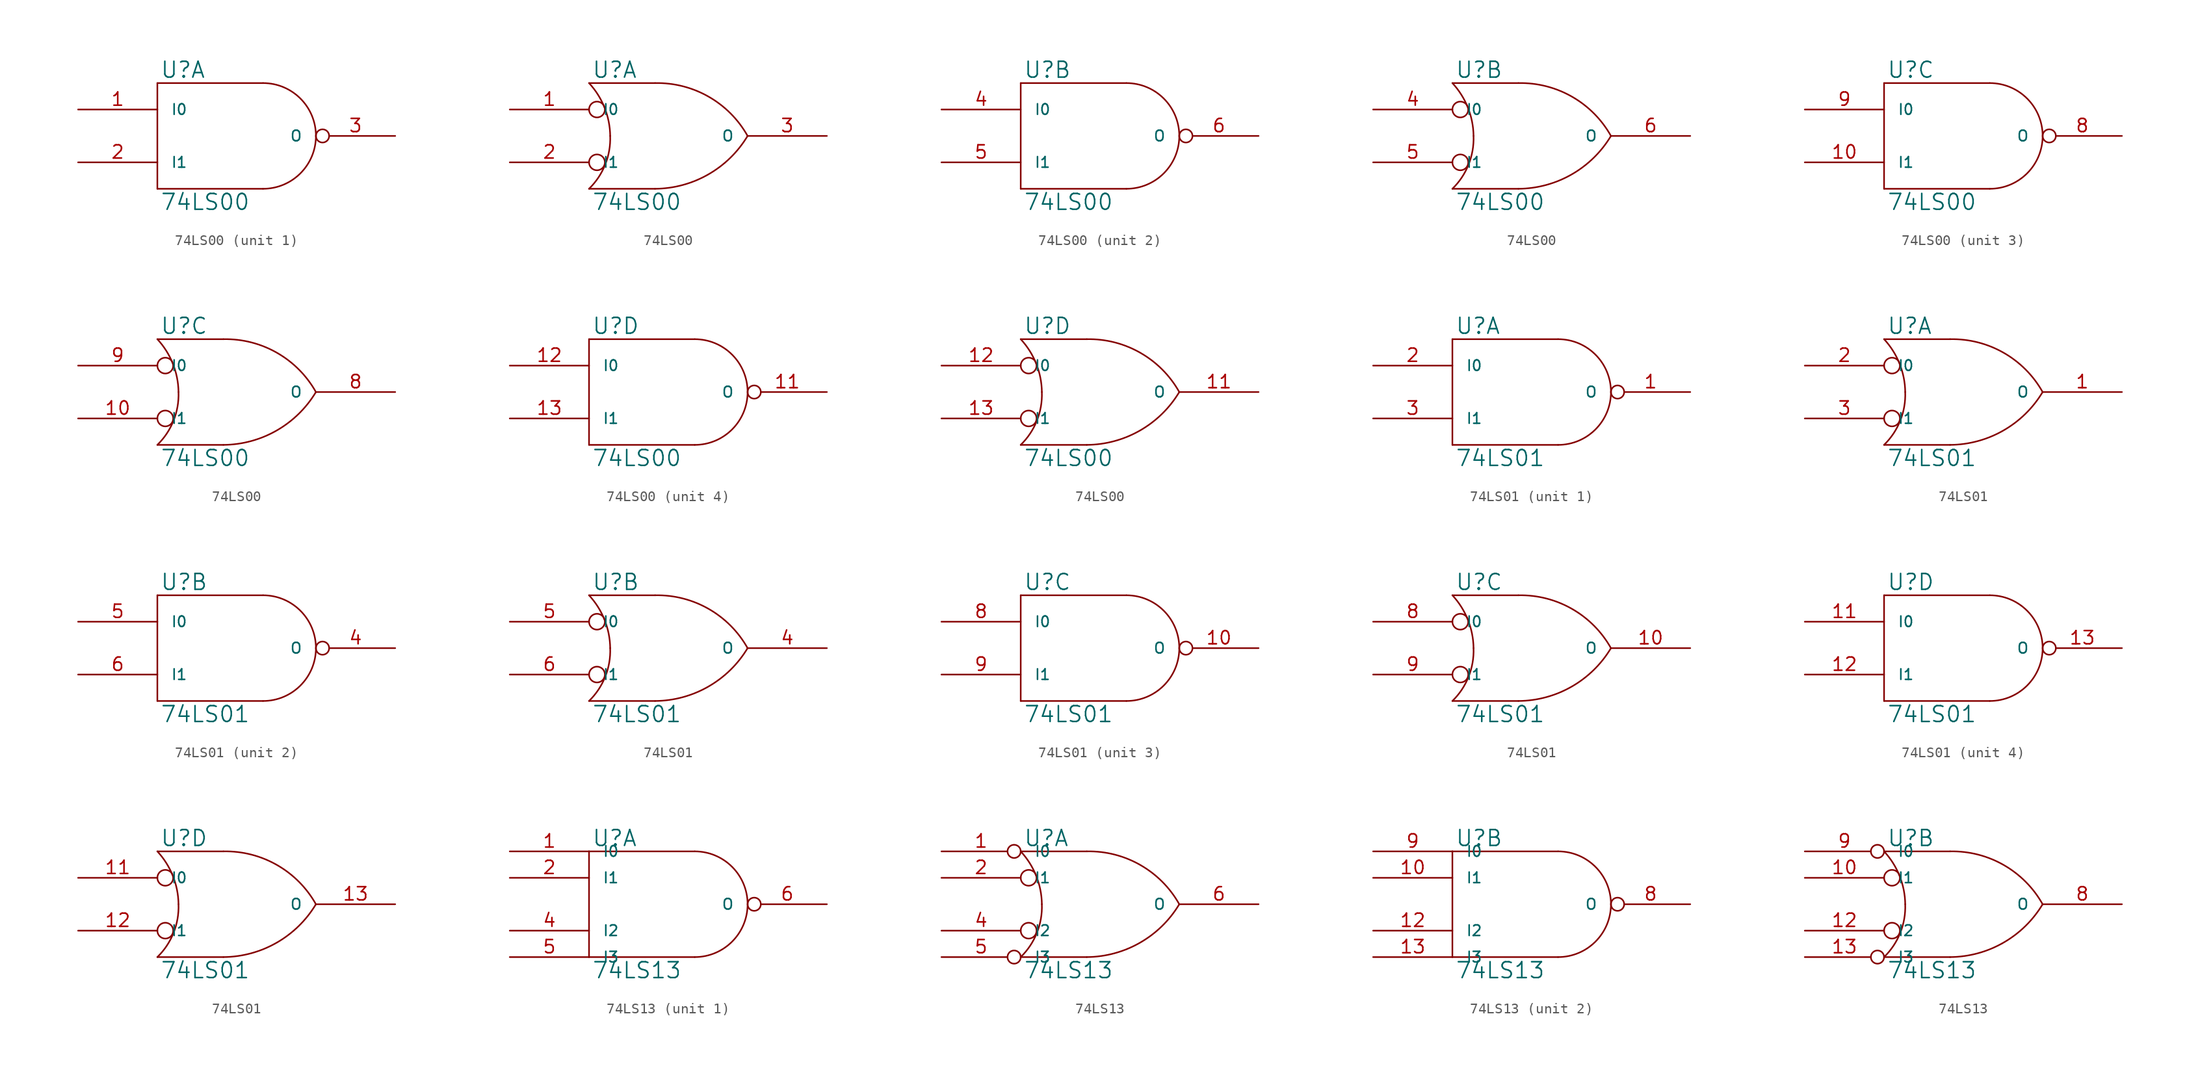
<source format=kicad_sym>
(kicad_symbol_lib
  (version 20231120)
  (generator "kicad_symbol_editor")
  (generator_version "8.0")
  (symbol "74LS00"
    (pin_names
      (offset 1.27))
    (property "Reference" "U"
      (at 0.254 0.381 0)
      (effects (font (size 1.524 1.524)) (justify left bottom)))
    (property "Value" "74LS00"
      (at 0.254 -10.541 0)
      (effects (font (size 1.524 1.524)) (justify left top)))
    (symbol "74LS00_0_1"
      (polyline (pts (xy 0 -10.16) (xy 10.16 -10.16)) (stroke (width 0) (type solid)) (fill (type none)))
      (polyline (pts (xy 0 0) (xy 0 -10.16)) (stroke (width 0) (type solid)) (fill (type none)))
      (polyline (pts (xy 10.16 0) (xy 0 0)) (stroke (width 0) (type solid)) (fill (type none)))
      (arc (start 10.16 -10.16) (mid 13.7521 -8.6721) (end 15.24 -5.08) (stroke (width 0) (type solid)) (fill (type none)))
      (arc (start 15.24 -5.08) (mid 13.7521 -1.4879) (end 10.16 0) (stroke (width 0) (type solid)) (fill (type none))))
    (symbol "74LS00_0_2"
      (arc (start 0 -10.16) (mid 1.5573 -7.8293) (end 2.032 -5.08) (stroke (width 0) (type solid)) (fill (type none)))
      (polyline (pts (xy 6.35 -10.16) (xy 0 -10.16)) (stroke (width 0) (type solid)) (fill (type none)))
      (polyline (pts (xy 6.35 0) (xy 0 0)) (stroke (width 0) (type solid)) (fill (type none)))
      (circle (center 0.762 -7.62) (radius 0.762) (stroke (width 0) (type solid)) (fill (type none)))
      (circle (center 0.762 -2.54) (radius 0.762) (stroke (width 0) (type solid)) (fill (type none)))
      (arc (start 2.032 -5.08) (mid 1.4906 -2.3584) (end 0 0) (stroke (width 0) (type solid)) (fill (type none)))
      (arc (start 6.35 -10.16) (mid 11.4496 -8.7875) (end 15.24 -5.08) (stroke (width 0) (type solid)) (fill (type none)))
      (arc (start 15.24 -5.08) (mid 11.4893 -1.3041) (end 6.35 0) (stroke (width 0) (type solid)) (fill (type none))))
    (symbol "74LS00_1_1"
      (pin input line (at -7.62 -2.54 0) (length 7.62) (name "I0" (effects (font (size 1.016 1.016)))) (number "1" (effects (font (size 1.27 1.27)))))
      (pin power_in line (at 0 0 270) (length 0) hide (name "VCC" (effects (font (size 1.016 1.016)))) (number "14" (effects (font (size 1.27 1.27)))))
      (pin input line (at -7.62 -7.62 0) (length 7.62) (name "I1" (effects (font (size 1.016 1.016)))) (number "2" (effects (font (size 1.27 1.27)))))
      (pin output inverted (at 22.86 -5.08 180) (length 7.62) (name "O" (effects (font (size 1.016 1.016)))) (number "3" (effects (font (size 1.27 1.27)))))
      (pin power_in line (at 0 -10.16 90) (length 0) hide (name "GND" (effects (font (size 1.016 1.016)))) (number "7" (effects (font (size 1.27 1.27))))))
    (symbol "74LS00_1_2"
      (pin input line (at -7.62 -2.54 0) (length 7.62) (name "I0" (effects (font (size 1.016 1.016)))) (number "1" (effects (font (size 1.27 1.27)))))
      (pin power_in line (at 0 0 270) (length 0) hide (name "VCC" (effects (font (size 1.016 1.016)))) (number "14" (effects (font (size 1.27 1.27)))))
      (pin input line (at -7.62 -7.62 0) (length 7.62) (name "I1" (effects (font (size 1.016 1.016)))) (number "2" (effects (font (size 1.27 1.27)))))
      (pin output line (at 22.86 -5.08 180) (length 7.62) (name "O" (effects (font (size 1.016 1.016)))) (number "3" (effects (font (size 1.27 1.27)))))
      (pin power_in line (at 0 -10.16 90) (length 0) hide (name "GND" (effects (font (size 1.016 1.016)))) (number "7" (effects (font (size 1.27 1.27))))))
    (symbol "74LS00_2_1"
      (pin power_in line (at 0 0 270) (length 0) hide (name "VCC" (effects (font (size 1.016 1.016)))) (number "14" (effects (font (size 1.27 1.27)))))
      (pin input line (at -7.62 -2.54 0) (length 7.62) (name "I0" (effects (font (size 1.016 1.016)))) (number "4" (effects (font (size 1.27 1.27)))))
      (pin input line (at -7.62 -7.62 0) (length 7.62) (name "I1" (effects (font (size 1.016 1.016)))) (number "5" (effects (font (size 1.27 1.27)))))
      (pin output inverted (at 22.86 -5.08 180) (length 7.62) (name "O" (effects (font (size 1.016 1.016)))) (number "6" (effects (font (size 1.27 1.27)))))
      (pin power_in line (at 0 -10.16 90) (length 0) hide (name "GND" (effects (font (size 1.016 1.016)))) (number "7" (effects (font (size 1.27 1.27))))))
    (symbol "74LS00_2_2"
      (pin power_in line (at 0 0 270) (length 0) hide (name "VCC" (effects (font (size 1.016 1.016)))) (number "14" (effects (font (size 1.27 1.27)))))
      (pin input line (at -7.62 -2.54 0) (length 7.62) (name "I0" (effects (font (size 1.016 1.016)))) (number "4" (effects (font (size 1.27 1.27)))))
      (pin input line (at -7.62 -7.62 0) (length 7.62) (name "I1" (effects (font (size 1.016 1.016)))) (number "5" (effects (font (size 1.27 1.27)))))
      (pin output line (at 22.86 -5.08 180) (length 7.62) (name "O" (effects (font (size 1.016 1.016)))) (number "6" (effects (font (size 1.27 1.27)))))
      (pin power_in line (at 0 -10.16 90) (length 0) hide (name "GND" (effects (font (size 1.016 1.016)))) (number "7" (effects (font (size 1.27 1.27))))))
    (symbol "74LS00_3_1"
      (pin input line (at -7.62 -7.62 0) (length 7.62) (name "I1" (effects (font (size 1.016 1.016)))) (number "10" (effects (font (size 1.27 1.27)))))
      (pin power_in line (at 0 0 270) (length 0) hide (name "VCC" (effects (font (size 1.016 1.016)))) (number "14" (effects (font (size 1.27 1.27)))))
      (pin power_in line (at 0 -10.16 90) (length 0) hide (name "GND" (effects (font (size 1.016 1.016)))) (number "7" (effects (font (size 1.27 1.27)))))
      (pin output inverted (at 22.86 -5.08 180) (length 7.62) (name "O" (effects (font (size 1.016 1.016)))) (number "8" (effects (font (size 1.27 1.27)))))
      (pin input line (at -7.62 -2.54 0) (length 7.62) (name "I0" (effects (font (size 1.016 1.016)))) (number "9" (effects (font (size 1.27 1.27))))))
    (symbol "74LS00_3_2"
      (pin input line (at -7.62 -7.62 0) (length 7.62) (name "I1" (effects (font (size 1.016 1.016)))) (number "10" (effects (font (size 1.27 1.27)))))
      (pin power_in line (at 0 0 270) (length 0) hide (name "VCC" (effects (font (size 1.016 1.016)))) (number "14" (effects (font (size 1.27 1.27)))))
      (pin power_in line (at 0 -10.16 90) (length 0) hide (name "GND" (effects (font (size 1.016 1.016)))) (number "7" (effects (font (size 1.27 1.27)))))
      (pin output line (at 22.86 -5.08 180) (length 7.62) (name "O" (effects (font (size 1.016 1.016)))) (number "8" (effects (font (size 1.27 1.27)))))
      (pin input line (at -7.62 -2.54 0) (length 7.62) (name "I0" (effects (font (size 1.016 1.016)))) (number "9" (effects (font (size 1.27 1.27))))))
    (symbol "74LS00_4_1"
      (pin output inverted (at 22.86 -5.08 180) (length 7.62) (name "O" (effects (font (size 1.016 1.016)))) (number "11" (effects (font (size 1.27 1.27)))))
      (pin input line (at -7.62 -2.54 0) (length 7.62) (name "I0" (effects (font (size 1.016 1.016)))) (number "12" (effects (font (size 1.27 1.27)))))
      (pin input line (at -7.62 -7.62 0) (length 7.62) (name "I1" (effects (font (size 1.016 1.016)))) (number "13" (effects (font (size 1.27 1.27)))))
      (pin power_in line (at 0 0 270) (length 0) hide (name "VCC" (effects (font (size 1.016 1.016)))) (number "14" (effects (font (size 1.27 1.27)))))
      (pin power_in line (at 0 -10.16 90) (length 0) hide (name "GND" (effects (font (size 1.016 1.016)))) (number "7" (effects (font (size 1.27 1.27))))))
    (symbol "74LS00_4_2"
      (pin output line (at 22.86 -5.08 180) (length 7.62) (name "O" (effects (font (size 1.016 1.016)))) (number "11" (effects (font (size 1.27 1.27)))))
      (pin input line (at -7.62 -2.54 0) (length 7.62) (name "I0" (effects (font (size 1.016 1.016)))) (number "12" (effects (font (size 1.27 1.27)))))
      (pin input line (at -7.62 -7.62 0) (length 7.62) (name "I1" (effects (font (size 1.016 1.016)))) (number "13" (effects (font (size 1.27 1.27)))))
      (pin power_in line (at 0 0 270) (length 0) hide (name "VCC" (effects (font (size 1.016 1.016)))) (number "14" (effects (font (size 1.27 1.27)))))
      (pin power_in line (at 0 -10.16 90) (length 0) hide (name "GND" (effects (font (size 1.016 1.016)))) (number "7" (effects (font (size 1.27 1.27)))))))
  (symbol "74LS01"
    (pin_names
      (offset 1.27))
    (property "Reference" "U"
      (at 0.254 0.381 0)
      (effects (font (size 1.524 1.524)) (justify left bottom)))
    (property "Value" "74LS01"
      (at 0.254 -10.541 0)
      (effects (font (size 1.524 1.524)) (justify left top)))
    (symbol "74LS01_0_1"
      (polyline (pts (xy 0 -10.16) (xy 10.16 -10.16)) (stroke (width 0) (type solid)) (fill (type none)))
      (polyline (pts (xy 0 0) (xy 0 -10.16)) (stroke (width 0) (type solid)) (fill (type none)))
      (polyline (pts (xy 10.16 0) (xy 0 0)) (stroke (width 0) (type solid)) (fill (type none)))
      (arc (start 10.16 -10.16) (mid 13.7521 -8.6721) (end 15.24 -5.08) (stroke (width 0) (type solid)) (fill (type none)))
      (arc (start 15.24 -5.08) (mid 13.7521 -1.4879) (end 10.16 0) (stroke (width 0) (type solid)) (fill (type none))))
    (symbol "74LS01_0_2"
      (arc (start 0 -10.16) (mid 1.5573 -7.8293) (end 2.032 -5.08) (stroke (width 0) (type solid)) (fill (type none)))
      (polyline (pts (xy 6.35 -10.16) (xy 0 -10.16)) (stroke (width 0) (type solid)) (fill (type none)))
      (polyline (pts (xy 6.35 0) (xy 0 0)) (stroke (width 0) (type solid)) (fill (type none)))
      (circle (center 0.762 -7.62) (radius 0.762) (stroke (width 0) (type solid)) (fill (type none)))
      (circle (center 0.762 -2.54) (radius 0.762) (stroke (width 0) (type solid)) (fill (type none)))
      (arc (start 2.032 -5.08) (mid 1.4906 -2.3584) (end 0 0) (stroke (width 0) (type solid)) (fill (type none)))
      (arc (start 6.35 -10.16) (mid 11.4496 -8.7875) (end 15.24 -5.08) (stroke (width 0) (type solid)) (fill (type none)))
      (arc (start 15.24 -5.08) (mid 11.4893 -1.3041) (end 6.35 0) (stroke (width 0) (type solid)) (fill (type none))))
    (symbol "74LS01_1_1"
      (pin open_collector inverted (at 22.86 -5.08 180) (length 7.62) (name "O" (effects (font (size 1.016 1.016)))) (number "1" (effects (font (size 1.27 1.27)))))
      (pin power_in line (at 0 0 270) (length 0) hide (name "VCC" (effects (font (size 1.016 1.016)))) (number "14" (effects (font (size 1.27 1.27)))))
      (pin input line (at -7.62 -2.54 0) (length 7.62) (name "I0" (effects (font (size 1.016 1.016)))) (number "2" (effects (font (size 1.27 1.27)))))
      (pin input line (at -7.62 -7.62 0) (length 7.62) (name "I1" (effects (font (size 1.016 1.016)))) (number "3" (effects (font (size 1.27 1.27)))))
      (pin power_in line (at 0 -10.16 90) (length 0) hide (name "GND" (effects (font (size 1.016 1.016)))) (number "7" (effects (font (size 1.27 1.27))))))
    (symbol "74LS01_1_2"
      (pin open_collector line (at 22.86 -5.08 180) (length 7.62) (name "O" (effects (font (size 1.016 1.016)))) (number "1" (effects (font (size 1.27 1.27)))))
      (pin power_in line (at 0 0 270) (length 0) hide (name "VCC" (effects (font (size 1.016 1.016)))) (number "14" (effects (font (size 1.27 1.27)))))
      (pin input line (at -7.62 -2.54 0) (length 7.62) (name "I0" (effects (font (size 1.016 1.016)))) (number "2" (effects (font (size 1.27 1.27)))))
      (pin input line (at -7.62 -7.62 0) (length 7.62) (name "I1" (effects (font (size 1.016 1.016)))) (number "3" (effects (font (size 1.27 1.27)))))
      (pin power_in line (at 0 -10.16 90) (length 0) hide (name "GND" (effects (font (size 1.016 1.016)))) (number "7" (effects (font (size 1.27 1.27))))))
    (symbol "74LS01_2_1"
      (pin power_in line (at 0 0 270) (length 0) hide (name "VCC" (effects (font (size 1.016 1.016)))) (number "14" (effects (font (size 1.27 1.27)))))
      (pin open_collector inverted (at 22.86 -5.08 180) (length 7.62) (name "O" (effects (font (size 1.016 1.016)))) (number "4" (effects (font (size 1.27 1.27)))))
      (pin input line (at -7.62 -2.54 0) (length 7.62) (name "I0" (effects (font (size 1.016 1.016)))) (number "5" (effects (font (size 1.27 1.27)))))
      (pin input line (at -7.62 -7.62 0) (length 7.62) (name "I1" (effects (font (size 1.016 1.016)))) (number "6" (effects (font (size 1.27 1.27)))))
      (pin power_in line (at 0 -10.16 90) (length 0) hide (name "GND" (effects (font (size 1.016 1.016)))) (number "7" (effects (font (size 1.27 1.27))))))
    (symbol "74LS01_2_2"
      (pin power_in line (at 0 0 270) (length 0) hide (name "VCC" (effects (font (size 1.016 1.016)))) (number "14" (effects (font (size 1.27 1.27)))))
      (pin open_collector line (at 22.86 -5.08 180) (length 7.62) (name "O" (effects (font (size 1.016 1.016)))) (number "4" (effects (font (size 1.27 1.27)))))
      (pin input line (at -7.62 -2.54 0) (length 7.62) (name "I0" (effects (font (size 1.016 1.016)))) (number "5" (effects (font (size 1.27 1.27)))))
      (pin input line (at -7.62 -7.62 0) (length 7.62) (name "I1" (effects (font (size 1.016 1.016)))) (number "6" (effects (font (size 1.27 1.27)))))
      (pin power_in line (at 0 -10.16 90) (length 0) hide (name "GND" (effects (font (size 1.016 1.016)))) (number "7" (effects (font (size 1.27 1.27))))))
    (symbol "74LS01_3_1"
      (pin open_collector inverted (at 22.86 -5.08 180) (length 7.62) (name "O" (effects (font (size 1.016 1.016)))) (number "10" (effects (font (size 1.27 1.27)))))
      (pin power_in line (at 0 0 270) (length 0) hide (name "VCC" (effects (font (size 1.016 1.016)))) (number "14" (effects (font (size 1.27 1.27)))))
      (pin power_in line (at 0 -10.16 90) (length 0) hide (name "GND" (effects (font (size 1.016 1.016)))) (number "7" (effects (font (size 1.27 1.27)))))
      (pin input line (at -7.62 -2.54 0) (length 7.62) (name "I0" (effects (font (size 1.016 1.016)))) (number "8" (effects (font (size 1.27 1.27)))))
      (pin input line (at -7.62 -7.62 0) (length 7.62) (name "I1" (effects (font (size 1.016 1.016)))) (number "9" (effects (font (size 1.27 1.27))))))
    (symbol "74LS01_3_2"
      (pin open_collector line (at 22.86 -5.08 180) (length 7.62) (name "O" (effects (font (size 1.016 1.016)))) (number "10" (effects (font (size 1.27 1.27)))))
      (pin power_in line (at 0 0 270) (length 0) hide (name "VCC" (effects (font (size 1.016 1.016)))) (number "14" (effects (font (size 1.27 1.27)))))
      (pin power_in line (at 0 -10.16 90) (length 0) hide (name "GND" (effects (font (size 1.016 1.016)))) (number "7" (effects (font (size 1.27 1.27)))))
      (pin input line (at -7.62 -2.54 0) (length 7.62) (name "I0" (effects (font (size 1.016 1.016)))) (number "8" (effects (font (size 1.27 1.27)))))
      (pin input line (at -7.62 -7.62 0) (length 7.62) (name "I1" (effects (font (size 1.016 1.016)))) (number "9" (effects (font (size 1.27 1.27))))))
    (symbol "74LS01_4_1"
      (pin input line (at -7.62 -2.54 0) (length 7.62) (name "I0" (effects (font (size 1.016 1.016)))) (number "11" (effects (font (size 1.27 1.27)))))
      (pin input line (at -7.62 -7.62 0) (length 7.62) (name "I1" (effects (font (size 1.016 1.016)))) (number "12" (effects (font (size 1.27 1.27)))))
      (pin open_collector inverted (at 22.86 -5.08 180) (length 7.62) (name "O" (effects (font (size 1.016 1.016)))) (number "13" (effects (font (size 1.27 1.27)))))
      (pin power_in line (at 0 0 270) (length 0) hide (name "VCC" (effects (font (size 1.016 1.016)))) (number "14" (effects (font (size 1.27 1.27)))))
      (pin power_in line (at 0 -10.16 90) (length 0) hide (name "GND" (effects (font (size 1.016 1.016)))) (number "7" (effects (font (size 1.27 1.27))))))
    (symbol "74LS01_4_2"
      (pin input line (at -7.62 -2.54 0) (length 7.62) (name "I0" (effects (font (size 1.016 1.016)))) (number "11" (effects (font (size 1.27 1.27)))))
      (pin input line (at -7.62 -7.62 0) (length 7.62) (name "I1" (effects (font (size 1.016 1.016)))) (number "12" (effects (font (size 1.27 1.27)))))
      (pin open_collector line (at 22.86 -5.08 180) (length 7.62) (name "O" (effects (font (size 1.016 1.016)))) (number "13" (effects (font (size 1.27 1.27)))))
      (pin power_in line (at 0 0 270) (length 0) hide (name "VCC" (effects (font (size 1.016 1.016)))) (number "14" (effects (font (size 1.27 1.27)))))
      (pin power_in line (at 0 -10.16 90) (length 0) hide (name "GND" (effects (font (size 1.016 1.016)))) (number "7" (effects (font (size 1.27 1.27)))))))
  (symbol "74LS13"
    (pin_names
      (offset 1.27))
    (property "Reference" "U"
      (at 0.254 0.381 0)
      (effects (font (size 1.524 1.524)) (justify left bottom)))
    (property "Value" "74LS13"
      (at 0.254 -10.541 0)
      (effects (font (size 1.524 1.524)) (justify left top)))
    (symbol "74LS13_0_1"
      (polyline (pts (xy 0 -10.16) (xy 10.16 -10.16)) (stroke (width 0) (type solid)) (fill (type none)))
      (polyline (pts (xy 0 0) (xy 0 -10.16)) (stroke (width 0) (type solid)) (fill (type none)))
      (polyline (pts (xy 10.16 0) (xy 0 0)) (stroke (width 0) (type solid)) (fill (type none)))
      (arc (start 10.16 -10.16) (mid 13.7521 -8.6721) (end 15.24 -5.08) (stroke (width 0) (type solid)) (fill (type none)))
      (arc (start 15.24 -5.08) (mid 13.7521 -1.4879) (end 10.16 0) (stroke (width 0) (type solid)) (fill (type none))))
    (symbol "74LS13_0_2"
      (arc (start 0 -10.16) (mid 1.5573 -7.8293) (end 2.032 -5.08) (stroke (width 0) (type solid)) (fill (type none)))
      (polyline (pts (xy 6.35 -10.16) (xy 0 -10.16)) (stroke (width 0) (type solid)) (fill (type none)))
      (polyline (pts (xy 6.35 0) (xy 0 0)) (stroke (width 0) (type solid)) (fill (type none)))
      (circle (center 0.762 -7.62) (radius 0.762) (stroke (width 0) (type solid)) (fill (type none)))
      (circle (center 0.762 -2.54) (radius 0.762) (stroke (width 0) (type solid)) (fill (type none)))
      (arc (start 2.032 -5.08) (mid 1.4906 -2.3584) (end 0 0) (stroke (width 0) (type solid)) (fill (type none)))
      (arc (start 6.35 -10.16) (mid 11.4496 -8.7875) (end 15.24 -5.08) (stroke (width 0) (type solid)) (fill (type none)))
      (arc (start 15.24 -5.08) (mid 11.4893 -1.3041) (end 6.35 0) (stroke (width 0) (type solid)) (fill (type none))))
    (symbol "74LS13_1_1"
      (pin input line (at -7.62 0 0) (length 7.62) (name "I0" (effects (font (size 1.016 1.016)))) (number "1" (effects (font (size 1.27 1.27)))))
      (pin power_in line (at 0 0 270) (length 0) hide (name "VCC" (effects (font (size 1.016 1.016)))) (number "14" (effects (font (size 1.27 1.27)))))
      (pin input line (at -7.62 -2.54 0) (length 7.62) (name "I1" (effects (font (size 1.016 1.016)))) (number "2" (effects (font (size 1.27 1.27)))))
      (pin input line (at -7.62 -7.62 0) (length 7.62) (name "I2" (effects (font (size 1.016 1.016)))) (number "4" (effects (font (size 1.27 1.27)))))
      (pin input line (at -7.62 -10.16 0) (length 7.62) (name "I3" (effects (font (size 1.016 1.016)))) (number "5" (effects (font (size 1.27 1.27)))))
      (pin output inverted (at 22.86 -5.08 180) (length 7.62) (name "O" (effects (font (size 1.016 1.016)))) (number "6" (effects (font (size 1.27 1.27)))))
      (pin power_in line (at 0 -10.16 90) (length 0) hide (name "GND" (effects (font (size 1.016 1.016)))) (number "7" (effects (font (size 1.27 1.27))))))
    (symbol "74LS13_1_2"
      (pin input inverted (at -7.62 0 0) (length 7.62) (name "I0" (effects (font (size 1.016 1.016)))) (number "1" (effects (font (size 1.27 1.27)))))
      (pin power_in line (at 0 0 270) (length 0) hide (name "VCC" (effects (font (size 1.016 1.016)))) (number "14" (effects (font (size 1.27 1.27)))))
      (pin input line (at -7.62 -2.54 0) (length 7.62) (name "I1" (effects (font (size 1.016 1.016)))) (number "2" (effects (font (size 1.27 1.27)))))
      (pin input line (at -7.62 -7.62 0) (length 7.62) (name "I2" (effects (font (size 1.016 1.016)))) (number "4" (effects (font (size 1.27 1.27)))))
      (pin input inverted (at -7.62 -10.16 0) (length 7.62) (name "I3" (effects (font (size 1.016 1.016)))) (number "5" (effects (font (size 1.27 1.27)))))
      (pin output line (at 22.86 -5.08 180) (length 7.62) (name "O" (effects (font (size 1.016 1.016)))) (number "6" (effects (font (size 1.27 1.27)))))
      (pin power_in line (at 0 -10.16 90) (length 0) hide (name "GND" (effects (font (size 1.016 1.016)))) (number "7" (effects (font (size 1.27 1.27))))))
    (symbol "74LS13_2_1"
      (pin input line (at -7.62 -2.54 0) (length 7.62) (name "I1" (effects (font (size 1.016 1.016)))) (number "10" (effects (font (size 1.27 1.27)))))
      (pin input line (at -7.62 -7.62 0) (length 7.62) (name "I2" (effects (font (size 1.016 1.016)))) (number "12" (effects (font (size 1.27 1.27)))))
      (pin input line (at -7.62 -10.16 0) (length 7.62) (name "I3" (effects (font (size 1.016 1.016)))) (number "13" (effects (font (size 1.27 1.27)))))
      (pin power_in line (at 0 0 270) (length 0) hide (name "VCC" (effects (font (size 1.016 1.016)))) (number "14" (effects (font (size 1.27 1.27)))))
      (pin power_in line (at 0 -10.16 90) (length 0) hide (name "GND" (effects (font (size 1.016 1.016)))) (number "7" (effects (font (size 1.27 1.27)))))
      (pin output inverted (at 22.86 -5.08 180) (length 7.62) (name "O" (effects (font (size 1.016 1.016)))) (number "8" (effects (font (size 1.27 1.27)))))
      (pin input line (at -7.62 0 0) (length 7.62) (name "I0" (effects (font (size 1.016 1.016)))) (number "9" (effects (font (size 1.27 1.27))))))
    (symbol "74LS13_2_2"
      (pin input line (at -7.62 -2.54 0) (length 7.62) (name "I1" (effects (font (size 1.016 1.016)))) (number "10" (effects (font (size 1.27 1.27)))))
      (pin input line (at -7.62 -7.62 0) (length 7.62) (name "I2" (effects (font (size 1.016 1.016)))) (number "12" (effects (font (size 1.27 1.27)))))
      (pin input inverted (at -7.62 -10.16 0) (length 7.62) (name "I3" (effects (font (size 1.016 1.016)))) (number "13" (effects (font (size 1.27 1.27)))))
      (pin power_in line (at 0 0 270) (length 0) hide (name "VCC" (effects (font (size 1.016 1.016)))) (number "14" (effects (font (size 1.27 1.27)))))
      (pin power_in line (at 0 -10.16 90) (length 0) hide (name "GND" (effects (font (size 1.016 1.016)))) (number "7" (effects (font (size 1.27 1.27)))))
      (pin output line (at 22.86 -5.08 180) (length 7.62) (name "O" (effects (font (size 1.016 1.016)))) (number "8" (effects (font (size 1.27 1.27)))))
      (pin input inverted (at -7.62 0 0) (length 7.62) (name "I0" (effects (font (size 1.016 1.016)))) (number "9" (effects (font (size 1.27 1.27))))))))
</source>
